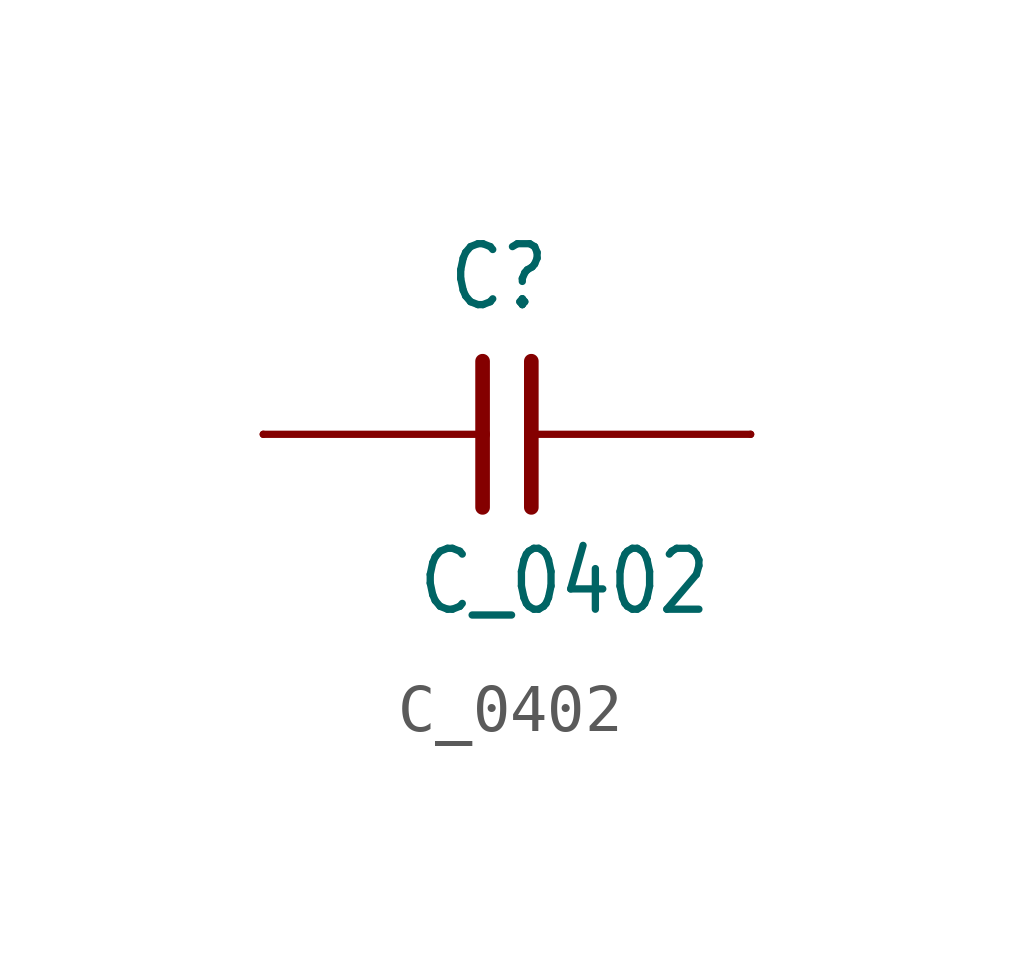
<source format=kicad_sym>
(kicad_symbol_lib
  (version 20201005)
  (generator kicad_symbol_editor)
  (symbol "C_0402"
    (property "Reference" "C"
      (at -1.27 2.54 0)
      (effects (font (size 1.27 1.079)) (justify left bottom)))
    (property "Value" "C_0402"
      (at -1.905 -3.81 0)
      (effects (font (size 1.27 1.079)) (justify left bottom)))
    (property "ki_locked" ""
      (at 0 0 0)
      (effects (font (size 1.27 1.27))))
    (symbol "C_0402_1_0"
      (polyline (pts (xy -5.08 0) (xy -0.508 0)) (stroke (width 0.152)) (fill (type none)))
      (polyline (pts (xy -0.508 1.524) (xy -0.508 0)) (stroke (width 0.305)) (fill (type none)))
      (polyline (pts (xy -0.508 0) (xy -0.508 -1.524)) (stroke (width 0.305)) (fill (type none)))
      (polyline (pts (xy 5.08 0) (xy 0.508 0)) (stroke (width 0.152)) (fill (type none)))
      (polyline (pts (xy 0.508 1.524) (xy 0.508 0)) (stroke (width 0.305)) (fill (type none)))
      (polyline (pts (xy 0.508 0) (xy 0.508 -1.524)) (stroke (width 0.305)) (fill (type none)))
      (pin passive line (at -5.08 0 0) (length 0) (name "1" (effects (font (size 0 0)))) (number "P$1" (effects (font (size 0 0)))))
      (pin passive line (at 5.08 0 0) (length 0) (name "2" (effects (font (size 0 0)))) (number "P$2" (effects (font (size 0 0))))))))
</source>
